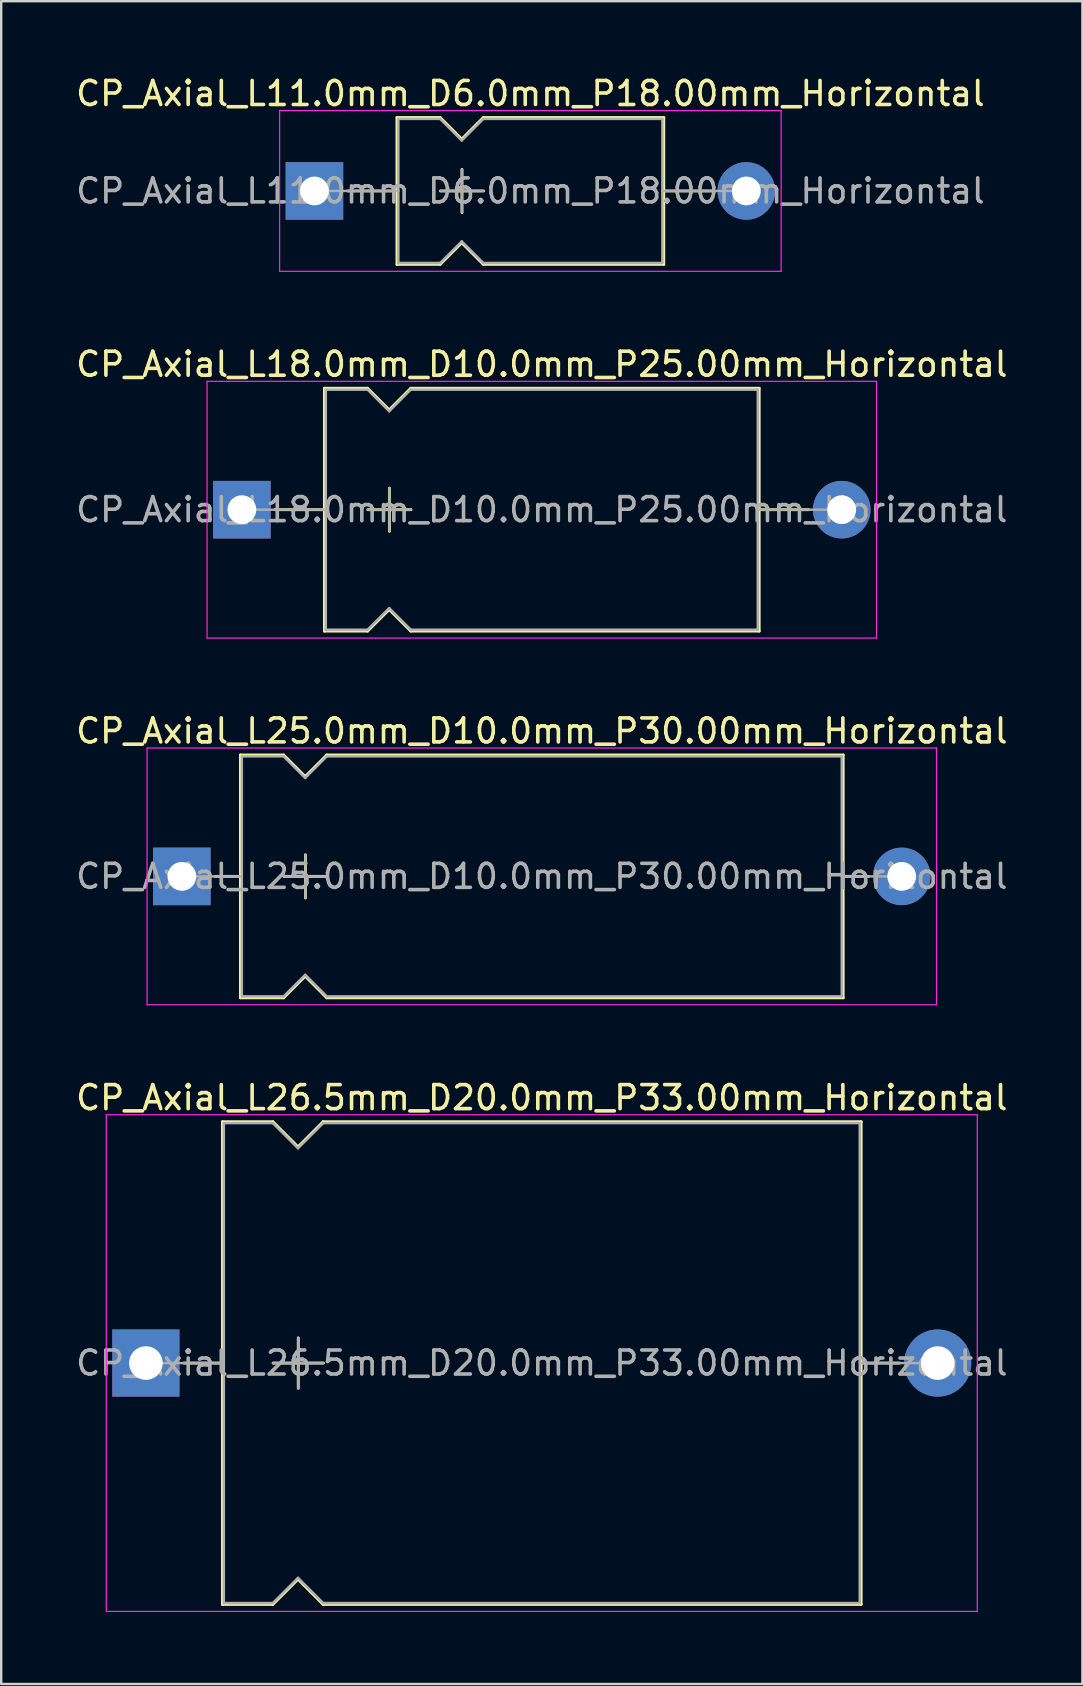
<source format=kicad_pcb>
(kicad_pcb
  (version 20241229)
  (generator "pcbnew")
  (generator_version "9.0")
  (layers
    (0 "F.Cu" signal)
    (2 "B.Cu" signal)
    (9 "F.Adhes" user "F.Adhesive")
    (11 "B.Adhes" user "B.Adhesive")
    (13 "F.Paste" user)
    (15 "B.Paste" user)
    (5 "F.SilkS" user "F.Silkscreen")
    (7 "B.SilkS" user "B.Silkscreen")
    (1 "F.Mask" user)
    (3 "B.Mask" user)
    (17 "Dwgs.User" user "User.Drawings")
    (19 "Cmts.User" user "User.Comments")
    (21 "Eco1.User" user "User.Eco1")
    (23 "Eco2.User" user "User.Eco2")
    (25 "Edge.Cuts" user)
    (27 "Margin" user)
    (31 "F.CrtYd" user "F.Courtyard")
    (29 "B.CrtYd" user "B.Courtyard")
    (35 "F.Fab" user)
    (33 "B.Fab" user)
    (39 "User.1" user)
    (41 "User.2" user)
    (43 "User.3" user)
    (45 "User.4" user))
  (footprint "CP_Axial_L11.0mm_D6.0mm_P18.00mm_Horizontal"
    (layer "F.Cu")
    (at 10.054 4.908)
    (property "Reference" "CP_Axial_L11.0mm_D6.0mm_P18.00mm_Horizontal" (at 9 -4.06 0) (layer "F.SilkS") (effects (font (size 1 1) (thickness 0.15))))
    (attr through_hole)
    (fp_line (start 1.38 0) (end 3.44 0) (stroke (width 0.12) (type solid)) (layer "F.SilkS"))
    (fp_line (start 3.44 -3.06) (end 3.44 3.06) (stroke (width 0.12) (type solid)) (layer "F.SilkS"))
    (fp_line (start 3.44 -3.06) (end 5.24 -3.06) (stroke (width 0.12) (type solid)) (layer "F.SilkS"))
    (fp_line (start 3.44 3.06) (end 5.24 3.06) (stroke (width 0.12) (type solid)) (layer "F.SilkS"))
    (fp_line (start 5.24 -3.06) (end 6.14 -2.16) (stroke (width 0.12) (type solid)) (layer "F.SilkS"))
    (fp_line (start 5.24 3.06) (end 6.14 2.16) (stroke (width 0.12) (type solid)) (layer "F.SilkS"))
    (fp_line (start 5.25 0) (end 7.05 0) (stroke (width 0.12) (type solid)) (layer "F.SilkS"))
    (fp_line (start 6.14 -2.16) (end 7.04 -3.06) (stroke (width 0.12) (type solid)) (layer "F.SilkS"))
    (fp_line (start 6.14 2.16) (end 7.04 3.06) (stroke (width 0.12) (type solid)) (layer "F.SilkS"))
    (fp_line (start 6.15 -0.9) (end 6.15 0.9) (stroke (width 0.12) (type solid)) (layer "F.SilkS"))
    (fp_line (start 7.04 -3.06) (end 14.56 -3.06) (stroke (width 0.12) (type solid)) (layer "F.SilkS"))
    (fp_line (start 7.04 3.06) (end 14.56 3.06) (stroke (width 0.12) (type solid)) (layer "F.SilkS"))
    (fp_line (start 14.56 -3.06) (end 14.56 3.06) (stroke (width 0.12) (type solid)) (layer "F.SilkS"))
    (fp_line (start 16.62 0) (end 14.56 0) (stroke (width 0.12) (type solid)) (layer "F.SilkS"))
    (fp_line (start -1.45 -3.35) (end -1.45 3.35) (stroke (width 0.05) (type solid)) (layer "F.CrtYd"))
    (fp_line (start -1.45 3.35) (end 19.45 3.35) (stroke (width 0.05) (type solid)) (layer "F.CrtYd"))
    (fp_line (start 19.45 -3.35) (end -1.45 -3.35) (stroke (width 0.05) (type solid)) (layer "F.CrtYd"))
    (fp_line (start 19.45 3.35) (end 19.45 -3.35) (stroke (width 0.05) (type solid)) (layer "F.CrtYd"))
    (fp_line (start 0 0) (end 3.5 0) (stroke (width 0.1) (type solid)) (layer "F.Fab"))
    (fp_line (start 3.5 -3) (end 3.5 3) (stroke (width 0.1) (type solid)) (layer "F.Fab"))
    (fp_line (start 3.5 -3) (end 5.24 -3) (stroke (width 0.1) (type solid)) (layer "F.Fab"))
    (fp_line (start 3.5 3) (end 5.24 3) (stroke (width 0.1) (type solid)) (layer "F.Fab"))
    (fp_line (start 5.24 -3) (end 6.14 -2.1) (stroke (width 0.1) (type solid)) (layer "F.Fab"))
    (fp_line (start 5.24 3) (end 6.14 2.1) (stroke (width 0.1) (type solid)) (layer "F.Fab"))
    (fp_line (start 5.25 0) (end 7.05 0) (stroke (width 0.1) (type solid)) (layer "F.Fab"))
    (fp_line (start 6.14 -2.1) (end 7.04 -3) (stroke (width 0.1) (type solid)) (layer "F.Fab"))
    (fp_line (start 6.14 2.1) (end 7.04 3) (stroke (width 0.1) (type solid)) (layer "F.Fab"))
    (fp_line (start 6.15 -0.9) (end 6.15 0.9) (stroke (width 0.1) (type solid)) (layer "F.Fab"))
    (fp_line (start 7.04 -3) (end 14.5 -3) (stroke (width 0.1) (type solid)) (layer "F.Fab"))
    (fp_line (start 7.04 3) (end 14.5 3) (stroke (width 0.1) (type solid)) (layer "F.Fab"))
    (fp_line (start 14.5 -3) (end 14.5 3) (stroke (width 0.1) (type solid)) (layer "F.Fab"))
    (fp_line (start 18 0) (end 14.5 0) (stroke (width 0.1) (type solid)) (layer "F.Fab"))
    (fp_text user "${REFERENCE}" (at 9 0 0) (layer "F.Fab") (effects (font (size 1 1) (thickness 0.15))))
    (pad "1" thru_hole rect (at 0 0) (size 2.4 2.4) (drill 1.2) (layers "*.Cu" "*.Mask"))
    (pad "2" thru_hole oval (at 18 0) (size 2.4 2.4) (drill 1.2) (layers "*.Cu" "*.Mask")))
  (footprint "CP_Axial_L18.0mm_D10.0mm_P25.00mm_Horizontal"
    (layer "F.Cu")
    (at 7.03 18.192)
    (property "Reference" "CP_Axial_L18.0mm_D10.0mm_P25.00mm_Horizontal" (at 12.5 -6.06 0) (layer "F.SilkS") (effects (font (size 1 1) (thickness 0.15))))
    (attr through_hole)
    (fp_line (start 1.38 0) (end 3.44 0) (stroke (width 0.12) (type solid)) (layer "F.SilkS"))
    (fp_line (start 3.44 -5.06) (end 3.44 5.06) (stroke (width 0.12) (type solid)) (layer "F.SilkS"))
    (fp_line (start 3.44 -5.06) (end 5.24 -5.06) (stroke (width 0.12) (type solid)) (layer "F.SilkS"))
    (fp_line (start 3.44 5.06) (end 5.24 5.06) (stroke (width 0.12) (type solid)) (layer "F.SilkS"))
    (fp_line (start 5.24 -5.06) (end 6.14 -4.16) (stroke (width 0.12) (type solid)) (layer "F.SilkS"))
    (fp_line (start 5.24 5.06) (end 6.14 4.16) (stroke (width 0.12) (type solid)) (layer "F.SilkS"))
    (fp_line (start 5.25 0) (end 7.05 0) (stroke (width 0.12) (type solid)) (layer "F.SilkS"))
    (fp_line (start 6.14 -4.16) (end 7.04 -5.06) (stroke (width 0.12) (type solid)) (layer "F.SilkS"))
    (fp_line (start 6.14 4.16) (end 7.04 5.06) (stroke (width 0.12) (type solid)) (layer "F.SilkS"))
    (fp_line (start 6.15 -0.9) (end 6.15 0.9) (stroke (width 0.12) (type solid)) (layer "F.SilkS"))
    (fp_line (start 7.04 -5.06) (end 21.56 -5.06) (stroke (width 0.12) (type solid)) (layer "F.SilkS"))
    (fp_line (start 7.04 5.06) (end 21.56 5.06) (stroke (width 0.12) (type solid)) (layer "F.SilkS"))
    (fp_line (start 21.56 -5.06) (end 21.56 5.06) (stroke (width 0.12) (type solid)) (layer "F.SilkS"))
    (fp_line (start 23.62 0) (end 21.56 0) (stroke (width 0.12) (type solid)) (layer "F.SilkS"))
    (fp_line (start -1.45 -5.35) (end -1.45 5.35) (stroke (width 0.05) (type solid)) (layer "F.CrtYd"))
    (fp_line (start -1.45 5.35) (end 26.45 5.35) (stroke (width 0.05) (type solid)) (layer "F.CrtYd"))
    (fp_line (start 26.45 -5.35) (end -1.45 -5.35) (stroke (width 0.05) (type solid)) (layer "F.CrtYd"))
    (fp_line (start 26.45 5.35) (end 26.45 -5.35) (stroke (width 0.05) (type solid)) (layer "F.CrtYd"))
    (fp_line (start 0 0) (end 3.5 0) (stroke (width 0.1) (type solid)) (layer "F.Fab"))
    (fp_line (start 3.5 -5) (end 3.5 5) (stroke (width 0.1) (type solid)) (layer "F.Fab"))
    (fp_line (start 3.5 -5) (end 5.24 -5) (stroke (width 0.1) (type solid)) (layer "F.Fab"))
    (fp_line (start 3.5 5) (end 5.24 5) (stroke (width 0.1) (type solid)) (layer "F.Fab"))
    (fp_line (start 5.24 -5) (end 6.14 -4.1) (stroke (width 0.1) (type solid)) (layer "F.Fab"))
    (fp_line (start 5.24 5) (end 6.14 4.1) (stroke (width 0.1) (type solid)) (layer "F.Fab"))
    (fp_line (start 5.25 0) (end 7.05 0) (stroke (width 0.1) (type solid)) (layer "F.Fab"))
    (fp_line (start 6.14 -4.1) (end 7.04 -5) (stroke (width 0.1) (type solid)) (layer "F.Fab"))
    (fp_line (start 6.14 4.1) (end 7.04 5) (stroke (width 0.1) (type solid)) (layer "F.Fab"))
    (fp_line (start 6.15 -0.9) (end 6.15 0.9) (stroke (width 0.1) (type solid)) (layer "F.Fab"))
    (fp_line (start 7.04 -5) (end 21.5 -5) (stroke (width 0.1) (type solid)) (layer "F.Fab"))
    (fp_line (start 7.04 5) (end 21.5 5) (stroke (width 0.1) (type solid)) (layer "F.Fab"))
    (fp_line (start 21.5 -5) (end 21.5 5) (stroke (width 0.1) (type solid)) (layer "F.Fab"))
    (fp_line (start 25 0) (end 21.5 0) (stroke (width 0.1) (type solid)) (layer "F.Fab"))
    (fp_text user "${REFERENCE}" (at 12.5 0 0) (layer "F.Fab") (effects (font (size 1 1) (thickness 0.15))))
    (pad "1" thru_hole rect (at 0 0) (size 2.4 2.4) (drill 1.2) (layers "*.Cu" "*.Mask"))
    (pad "2" thru_hole oval (at 25 0) (size 2.4 2.4) (drill 1.2) (layers "*.Cu" "*.Mask")))
  (footprint "CP_Axial_L25.0mm_D10.0mm_P30.00mm_Horizontal"
    (layer "F.Cu")
    (at 4.53 33.475)
    (property "Reference" "CP_Axial_L25.0mm_D10.0mm_P30.00mm_Horizontal" (at 15 -6.06 0) (layer "F.SilkS") (effects (font (size 1 1) (thickness 0.15))))
    (attr through_hole)
    (fp_line (start 1.38 0) (end 2.44 0) (stroke (width 0.12) (type solid)) (layer "F.SilkS"))
    (fp_line (start 2.44 -5.06) (end 2.44 5.06) (stroke (width 0.12) (type solid)) (layer "F.SilkS"))
    (fp_line (start 2.44 -5.06) (end 4.24 -5.06) (stroke (width 0.12) (type solid)) (layer "F.SilkS"))
    (fp_line (start 2.44 5.06) (end 4.24 5.06) (stroke (width 0.12) (type solid)) (layer "F.SilkS"))
    (fp_line (start 4.24 -5.06) (end 5.14 -4.16) (stroke (width 0.12) (type solid)) (layer "F.SilkS"))
    (fp_line (start 4.24 5.06) (end 5.14 4.16) (stroke (width 0.12) (type solid)) (layer "F.SilkS"))
    (fp_line (start 4.25 0) (end 6.05 0) (stroke (width 0.12) (type solid)) (layer "F.SilkS"))
    (fp_line (start 5.14 -4.16) (end 6.04 -5.06) (stroke (width 0.12) (type solid)) (layer "F.SilkS"))
    (fp_line (start 5.14 4.16) (end 6.04 5.06) (stroke (width 0.12) (type solid)) (layer "F.SilkS"))
    (fp_line (start 5.15 -0.9) (end 5.15 0.9) (stroke (width 0.12) (type solid)) (layer "F.SilkS"))
    (fp_line (start 6.04 -5.06) (end 27.56 -5.06) (stroke (width 0.12) (type solid)) (layer "F.SilkS"))
    (fp_line (start 6.04 5.06) (end 27.56 5.06) (stroke (width 0.12) (type solid)) (layer "F.SilkS"))
    (fp_line (start 27.56 -5.06) (end 27.56 5.06) (stroke (width 0.12) (type solid)) (layer "F.SilkS"))
    (fp_line (start 28.62 0) (end 27.56 0) (stroke (width 0.12) (type solid)) (layer "F.SilkS"))
    (fp_line (start -1.45 -5.35) (end -1.45 5.35) (stroke (width 0.05) (type solid)) (layer "F.CrtYd"))
    (fp_line (start -1.45 5.35) (end 31.45 5.35) (stroke (width 0.05) (type solid)) (layer "F.CrtYd"))
    (fp_line (start 31.45 -5.35) (end -1.45 -5.35) (stroke (width 0.05) (type solid)) (layer "F.CrtYd"))
    (fp_line (start 31.45 5.35) (end 31.45 -5.35) (stroke (width 0.05) (type solid)) (layer "F.CrtYd"))
    (fp_line (start 0 0) (end 2.5 0) (stroke (width 0.1) (type solid)) (layer "F.Fab"))
    (fp_line (start 2.5 -5) (end 2.5 5) (stroke (width 0.1) (type solid)) (layer "F.Fab"))
    (fp_line (start 2.5 -5) (end 4.24 -5) (stroke (width 0.1) (type solid)) (layer "F.Fab"))
    (fp_line (start 2.5 5) (end 4.24 5) (stroke (width 0.1) (type solid)) (layer "F.Fab"))
    (fp_line (start 4.24 -5) (end 5.14 -4.1) (stroke (width 0.1) (type solid)) (layer "F.Fab"))
    (fp_line (start 4.24 5) (end 5.14 4.1) (stroke (width 0.1) (type solid)) (layer "F.Fab"))
    (fp_line (start 4.25 0) (end 6.05 0) (stroke (width 0.1) (type solid)) (layer "F.Fab"))
    (fp_line (start 5.14 -4.1) (end 6.04 -5) (stroke (width 0.1) (type solid)) (layer "F.Fab"))
    (fp_line (start 5.14 4.1) (end 6.04 5) (stroke (width 0.1) (type solid)) (layer "F.Fab"))
    (fp_line (start 5.15 -0.9) (end 5.15 0.9) (stroke (width 0.1) (type solid)) (layer "F.Fab"))
    (fp_line (start 6.04 -5) (end 27.5 -5) (stroke (width 0.1) (type solid)) (layer "F.Fab"))
    (fp_line (start 6.04 5) (end 27.5 5) (stroke (width 0.1) (type solid)) (layer "F.Fab"))
    (fp_line (start 27.5 -5) (end 27.5 5) (stroke (width 0.1) (type solid)) (layer "F.Fab"))
    (fp_line (start 30 0) (end 27.5 0) (stroke (width 0.1) (type solid)) (layer "F.Fab"))
    (fp_text user "${REFERENCE}" (at 15 0 0) (layer "F.Fab") (effects (font (size 1 1) (thickness 0.15))))
    (pad "1" thru_hole rect (at 0 0) (size 2.4 2.4) (drill 1.2) (layers "*.Cu" "*.Mask"))
    (pad "2" thru_hole oval (at 30 0) (size 2.4 2.4) (drill 1.2) (layers "*.Cu" "*.Mask")))
  (footprint "CP_Axial_L26.5mm_D20.0mm_P33.00mm_Horizontal"
    (layer "F.Cu")
    (at 3.03 53.758)
    (property "Reference" "CP_Axial_L26.5mm_D20.0mm_P33.00mm_Horizontal" (at 16.5 -11.06 0) (layer "F.SilkS") (effects (font (size 1 1) (thickness 0.15))))
    (attr through_hole)
    (fp_line (start 1.58 0) (end 3.19 0) (stroke (width 0.12) (type solid)) (layer "F.SilkS"))
    (fp_line (start 3.19 -10.06) (end 3.19 10.06) (stroke (width 0.12) (type solid)) (layer "F.SilkS"))
    (fp_line (start 3.19 -10.06) (end 5.29 -10.06) (stroke (width 0.12) (type solid)) (layer "F.SilkS"))
    (fp_line (start 3.19 10.06) (end 5.29 10.06) (stroke (width 0.12) (type solid)) (layer "F.SilkS"))
    (fp_line (start 5.29 -10.06) (end 6.34 -9.01) (stroke (width 0.12) (type solid)) (layer "F.SilkS"))
    (fp_line (start 5.29 10.06) (end 6.34 9.01) (stroke (width 0.12) (type solid)) (layer "F.SilkS"))
    (fp_line (start 5.3 0) (end 7.4 0) (stroke (width 0.12) (type solid)) (layer "F.SilkS"))
    (fp_line (start 6.34 -9.01) (end 7.39 -10.06) (stroke (width 0.12) (type solid)) (layer "F.SilkS"))
    (fp_line (start 6.34 9.01) (end 7.39 10.06) (stroke (width 0.12) (type solid)) (layer "F.SilkS"))
    (fp_line (start 6.35 -1.05) (end 6.35 1.05) (stroke (width 0.12) (type solid)) (layer "F.SilkS"))
    (fp_line (start 7.39 -10.06) (end 29.81 -10.06) (stroke (width 0.12) (type solid)) (layer "F.SilkS"))
    (fp_line (start 7.39 10.06) (end 29.81 10.06) (stroke (width 0.12) (type solid)) (layer "F.SilkS"))
    (fp_line (start 29.81 -10.06) (end 29.81 10.06) (stroke (width 0.12) (type solid)) (layer "F.SilkS"))
    (fp_line (start 31.42 0) (end 29.81 0) (stroke (width 0.12) (type solid)) (layer "F.SilkS"))
    (fp_line (start -1.65 -10.35) (end -1.65 10.35) (stroke (width 0.05) (type solid)) (layer "F.CrtYd"))
    (fp_line (start -1.65 10.35) (end 34.65 10.35) (stroke (width 0.05) (type solid)) (layer "F.CrtYd"))
    (fp_line (start 34.65 -10.35) (end -1.65 -10.35) (stroke (width 0.05) (type solid)) (layer "F.CrtYd"))
    (fp_line (start 34.65 10.35) (end 34.65 -10.35) (stroke (width 0.05) (type solid)) (layer "F.CrtYd"))
    (fp_line (start 0 0) (end 3.25 0) (stroke (width 0.1) (type solid)) (layer "F.Fab"))
    (fp_line (start 3.25 -10) (end 3.25 10) (stroke (width 0.1) (type solid)) (layer "F.Fab"))
    (fp_line (start 3.25 -10) (end 5.29 -10) (stroke (width 0.1) (type solid)) (layer "F.Fab"))
    (fp_line (start 3.25 10) (end 5.29 10) (stroke (width 0.1) (type solid)) (layer "F.Fab"))
    (fp_line (start 5.29 -10) (end 6.34 -8.95) (stroke (width 0.1) (type solid)) (layer "F.Fab"))
    (fp_line (start 5.29 10) (end 6.34 8.95) (stroke (width 0.1) (type solid)) (layer "F.Fab"))
    (fp_line (start 5.3 0) (end 7.4 0) (stroke (width 0.1) (type solid)) (layer "F.Fab"))
    (fp_line (start 6.34 -8.95) (end 7.39 -10) (stroke (width 0.1) (type solid)) (layer "F.Fab"))
    (fp_line (start 6.34 8.95) (end 7.39 10) (stroke (width 0.1) (type solid)) (layer "F.Fab"))
    (fp_line (start 6.35 -1.05) (end 6.35 1.05) (stroke (width 0.1) (type solid)) (layer "F.Fab"))
    (fp_line (start 7.39 -10) (end 29.75 -10) (stroke (width 0.1) (type solid)) (layer "F.Fab"))
    (fp_line (start 7.39 10) (end 29.75 10) (stroke (width 0.1) (type solid)) (layer "F.Fab"))
    (fp_line (start 29.75 -10) (end 29.75 10) (stroke (width 0.1) (type solid)) (layer "F.Fab"))
    (fp_line (start 33 0) (end 29.75 0) (stroke (width 0.1) (type solid)) (layer "F.Fab"))
    (fp_text user "${REFERENCE}" (at 16.5 0 0) (layer "F.Fab") (effects (font (size 1 1) (thickness 0.15))))
    (pad "1" thru_hole rect (at 0 0) (size 2.8 2.8) (drill 1.4) (layers "*.Cu" "*.Mask"))
    (pad "2" thru_hole oval (at 33 0) (size 2.8 2.8) (drill 1.4) (layers "*.Cu" "*.Mask")))
  (gr_rect
    (start -3 -3)
    (end 42.06 67.133)
    (stroke (width 0.1) (type default))
    (fill no)
    (layer "Edge.Cuts")))
</source>
